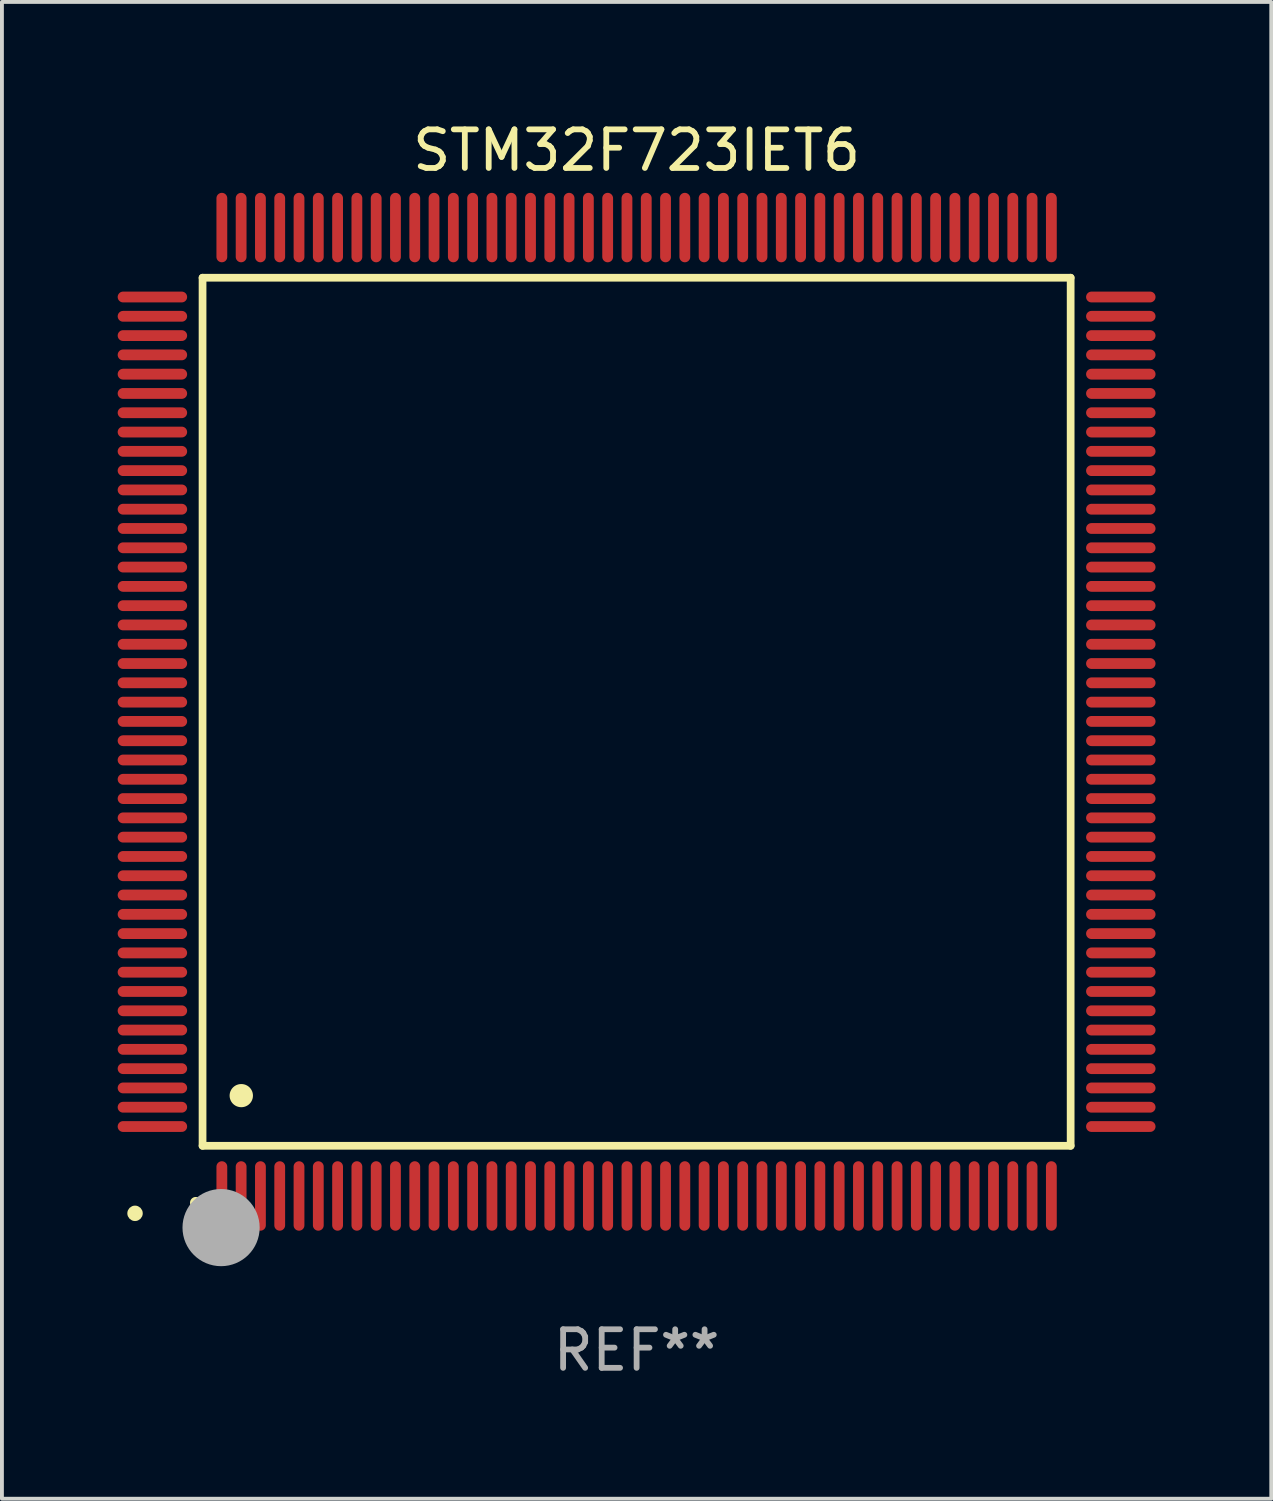
<source format=kicad_pcb>
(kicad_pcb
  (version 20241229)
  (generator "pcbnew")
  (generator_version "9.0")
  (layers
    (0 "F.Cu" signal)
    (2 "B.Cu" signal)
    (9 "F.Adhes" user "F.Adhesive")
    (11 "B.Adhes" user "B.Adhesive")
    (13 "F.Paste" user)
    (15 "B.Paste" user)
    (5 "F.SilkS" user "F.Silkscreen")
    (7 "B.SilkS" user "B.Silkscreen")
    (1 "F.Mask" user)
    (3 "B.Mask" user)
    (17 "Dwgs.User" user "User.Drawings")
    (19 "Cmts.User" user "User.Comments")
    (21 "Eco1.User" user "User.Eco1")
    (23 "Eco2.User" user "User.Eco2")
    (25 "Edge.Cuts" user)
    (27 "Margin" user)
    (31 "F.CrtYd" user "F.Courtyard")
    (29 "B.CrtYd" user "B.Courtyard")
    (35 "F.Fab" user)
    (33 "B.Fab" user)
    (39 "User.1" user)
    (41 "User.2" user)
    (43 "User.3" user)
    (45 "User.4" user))
  (footprint "STM32F723IET6"
    (layer "F.Cu")
    (at 13.45 15.398)
    (property "Reference" "STM32F723IET6" (at 0 -14.55 0) (layer "F.SilkS") (effects (font (size 1 1) (thickness 0.15))))
    (attr through_hole)
    (fp_line (start -11.25 -11.25) (end 11.25 -11.25) (stroke (width 0.2) (type solid)) (layer "F.SilkS"))
    (fp_line (start -11.25 11.25) (end -11.25 -11.25) (stroke (width 0.2) (type solid)) (layer "F.SilkS"))
    (fp_line (start 11.25 -11.25) (end 11.25 11.25) (stroke (width 0.2) (type solid)) (layer "F.SilkS"))
    (fp_line (start 11.25 11.25) (end -11.25 11.25) (stroke (width 0.2) (type solid)) (layer "F.SilkS"))
    (fp_arc (start -11.424943 12.725425) (mid -11.423673 12.72542) (end -11.422403 12.725425) (stroke (width 0.3) (type solid)) (layer "F.SilkS"))
    (fp_arc (start -10.24892 9.9492) (mid -10.24638 9.949189) (end -10.24384 9.9492) (stroke (width 0.6) (type solid)) (layer "F.SilkS"))
    (fp_circle (center -13 13) (end -12.9 13) (stroke (width 0.2) (type solid)) (fill no) (layer "F.SilkS"))
    (fp_circle (center -10.77 13.37) (end -10.27 13.37) (stroke (width 1) (type solid)) (fill no) (layer "F.Fab"))
    (fp_text user "REF**" (at 0 16.55 0) (layer "F.Fab") (effects (font (size 1 1) (thickness 0.15))))
    (pad "1" smd oval (at -10.75 12.55) (size 0.28 1.8) (layers "F.Cu" "F.Mask" "F.Paste"))
    (pad "2" smd oval (at -10.25 12.55) (size 0.28 1.8) (layers "F.Cu" "F.Mask" "F.Paste"))
    (pad "3" smd oval (at -9.75 12.55) (size 0.28 1.8) (layers "F.Cu" "F.Mask" "F.Paste"))
    (pad "4" smd oval (at -9.25 12.55) (size 0.28 1.8) (layers "F.Cu" "F.Mask" "F.Paste"))
    (pad "5" smd oval (at -8.75 12.55) (size 0.28 1.8) (layers "F.Cu" "F.Mask" "F.Paste"))
    (pad "6" smd oval (at -8.25 12.55) (size 0.28 1.8) (layers "F.Cu" "F.Mask" "F.Paste"))
    (pad "7" smd oval (at -7.75 12.55) (size 0.28 1.8) (layers "F.Cu" "F.Mask" "F.Paste"))
    (pad "8" smd oval (at -7.25 12.55) (size 0.28 1.8) (layers "F.Cu" "F.Mask" "F.Paste"))
    (pad "9" smd oval (at -6.75 12.55) (size 0.28 1.8) (layers "F.Cu" "F.Mask" "F.Paste"))
    (pad "10" smd oval (at -6.25 12.55) (size 0.28 1.8) (layers "F.Cu" "F.Mask" "F.Paste"))
    (pad "11" smd oval (at -5.75 12.55) (size 0.28 1.8) (layers "F.Cu" "F.Mask" "F.Paste"))
    (pad "12" smd oval (at -5.25 12.55) (size 0.28 1.8) (layers "F.Cu" "F.Mask" "F.Paste"))
    (pad "13" smd oval (at -4.75 12.55) (size 0.28 1.8) (layers "F.Cu" "F.Mask" "F.Paste"))
    (pad "14" smd oval (at -4.25 12.55) (size 0.28 1.8) (layers "F.Cu" "F.Mask" "F.Paste"))
    (pad "15" smd oval (at -3.75 12.55) (size 0.28 1.8) (layers "F.Cu" "F.Mask" "F.Paste"))
    (pad "16" smd oval (at -3.25 12.55) (size 0.28 1.8) (layers "F.Cu" "F.Mask" "F.Paste"))
    (pad "17" smd oval (at -2.75 12.55) (size 0.28 1.8) (layers "F.Cu" "F.Mask" "F.Paste"))
    (pad "18" smd oval (at -2.25 12.55) (size 0.28 1.8) (layers "F.Cu" "F.Mask" "F.Paste"))
    (pad "19" smd oval (at -1.75 12.55) (size 0.28 1.8) (layers "F.Cu" "F.Mask" "F.Paste"))
    (pad "20" smd oval (at -1.25 12.55) (size 0.28 1.8) (layers "F.Cu" "F.Mask" "F.Paste"))
    (pad "21" smd oval (at -0.75 12.55) (size 0.28 1.8) (layers "F.Cu" "F.Mask" "F.Paste"))
    (pad "22" smd oval (at -0.25 12.55) (size 0.28 1.8) (layers "F.Cu" "F.Mask" "F.Paste"))
    (pad "23" smd oval (at 0.25 12.55) (size 0.28 1.8) (layers "F.Cu" "F.Mask" "F.Paste"))
    (pad "24" smd oval (at 0.75 12.55) (size 0.28 1.8) (layers "F.Cu" "F.Mask" "F.Paste"))
    (pad "25" smd oval (at 1.25 12.55) (size 0.28 1.8) (layers "F.Cu" "F.Mask" "F.Paste"))
    (pad "26" smd oval (at 1.75 12.55) (size 0.28 1.8) (layers "F.Cu" "F.Mask" "F.Paste"))
    (pad "27" smd oval (at 2.25 12.55) (size 0.28 1.8) (layers "F.Cu" "F.Mask" "F.Paste"))
    (pad "28" smd oval (at 2.75 12.55) (size 0.28 1.8) (layers "F.Cu" "F.Mask" "F.Paste"))
    (pad "29" smd oval (at 3.25 12.55) (size 0.28 1.8) (layers "F.Cu" "F.Mask" "F.Paste"))
    (pad "30" smd oval (at 3.75 12.55) (size 0.28 1.8) (layers "F.Cu" "F.Mask" "F.Paste"))
    (pad "31" smd oval (at 4.25 12.55) (size 0.28 1.8) (layers "F.Cu" "F.Mask" "F.Paste"))
    (pad "32" smd oval (at 4.75 12.55) (size 0.28 1.8) (layers "F.Cu" "F.Mask" "F.Paste"))
    (pad "33" smd oval (at 5.25 12.55) (size 0.28 1.8) (layers "F.Cu" "F.Mask" "F.Paste"))
    (pad "34" smd oval (at 5.75 12.55) (size 0.28 1.8) (layers "F.Cu" "F.Mask" "F.Paste"))
    (pad "35" smd oval (at 6.25 12.55) (size 0.28 1.8) (layers "F.Cu" "F.Mask" "F.Paste"))
    (pad "36" smd oval (at 6.75 12.55) (size 0.28 1.8) (layers "F.Cu" "F.Mask" "F.Paste"))
    (pad "37" smd oval (at 7.25 12.55) (size 0.28 1.8) (layers "F.Cu" "F.Mask" "F.Paste"))
    (pad "38" smd oval (at 7.75 12.55) (size 0.28 1.8) (layers "F.Cu" "F.Mask" "F.Paste"))
    (pad "39" smd oval (at 8.25 12.55) (size 0.28 1.8) (layers "F.Cu" "F.Mask" "F.Paste"))
    (pad "40" smd oval (at 8.75 12.55) (size 0.28 1.8) (layers "F.Cu" "F.Mask" "F.Paste"))
    (pad "41" smd oval (at 9.25 12.55) (size 0.28 1.8) (layers "F.Cu" "F.Mask" "F.Paste"))
    (pad "42" smd oval (at 9.75 12.55) (size 0.28 1.8) (layers "F.Cu" "F.Mask" "F.Paste"))
    (pad "43" smd oval (at 10.25 12.55) (size 0.28 1.8) (layers "F.Cu" "F.Mask" "F.Paste"))
    (pad "44" smd oval (at 10.75 12.55) (size 0.28 1.8) (layers "F.Cu" "F.Mask" "F.Paste"))
    (pad "45" smd oval (at 12.55 10.75) (size 1.8 0.28) (layers "F.Cu" "F.Mask" "F.Paste"))
    (pad "46" smd oval (at 12.55 10.25) (size 1.8 0.28) (layers "F.Cu" "F.Mask" "F.Paste"))
    (pad "47" smd oval (at 12.55 9.75) (size 1.8 0.28) (layers "F.Cu" "F.Mask" "F.Paste"))
    (pad "48" smd oval (at 12.55 9.25) (size 1.8 0.28) (layers "F.Cu" "F.Mask" "F.Paste"))
    (pad "49" smd oval (at 12.55 8.75) (size 1.8 0.28) (layers "F.Cu" "F.Mask" "F.Paste"))
    (pad "50" smd oval (at 12.55 8.25) (size 1.8 0.28) (layers "F.Cu" "F.Mask" "F.Paste"))
    (pad "51" smd oval (at 12.55 7.75) (size 1.8 0.28) (layers "F.Cu" "F.Mask" "F.Paste"))
    (pad "52" smd oval (at 12.55 7.25) (size 1.8 0.28) (layers "F.Cu" "F.Mask" "F.Paste"))
    (pad "53" smd oval (at 12.55 6.75) (size 1.8 0.28) (layers "F.Cu" "F.Mask" "F.Paste"))
    (pad "54" smd oval (at 12.55 6.25) (size 1.8 0.28) (layers "F.Cu" "F.Mask" "F.Paste"))
    (pad "55" smd oval (at 12.55 5.75) (size 1.8 0.28) (layers "F.Cu" "F.Mask" "F.Paste"))
    (pad "56" smd oval (at 12.55 5.25) (size 1.8 0.28) (layers "F.Cu" "F.Mask" "F.Paste"))
    (pad "57" smd oval (at 12.55 4.75) (size 1.8 0.28) (layers "F.Cu" "F.Mask" "F.Paste"))
    (pad "58" smd oval (at 12.55 4.25) (size 1.8 0.28) (layers "F.Cu" "F.Mask" "F.Paste"))
    (pad "59" smd oval (at 12.55 3.75) (size 1.8 0.28) (layers "F.Cu" "F.Mask" "F.Paste"))
    (pad "60" smd oval (at 12.55 3.25) (size 1.8 0.28) (layers "F.Cu" "F.Mask" "F.Paste"))
    (pad "61" smd oval (at 12.55 2.75) (size 1.8 0.28) (layers "F.Cu" "F.Mask" "F.Paste"))
    (pad "62" smd oval (at 12.55 2.25) (size 1.8 0.28) (layers "F.Cu" "F.Mask" "F.Paste"))
    (pad "63" smd oval (at 12.55 1.75) (size 1.8 0.28) (layers "F.Cu" "F.Mask" "F.Paste"))
    (pad "64" smd oval (at 12.55 1.25) (size 1.8 0.28) (layers "F.Cu" "F.Mask" "F.Paste"))
    (pad "65" smd oval (at 12.55 0.75) (size 1.8 0.28) (layers "F.Cu" "F.Mask" "F.Paste"))
    (pad "66" smd oval (at 12.55 0.25) (size 1.8 0.28) (layers "F.Cu" "F.Mask" "F.Paste"))
    (pad "67" smd oval (at 12.55 -0.25) (size 1.8 0.28) (layers "F.Cu" "F.Mask" "F.Paste"))
    (pad "68" smd oval (at 12.55 -0.75) (size 1.8 0.28) (layers "F.Cu" "F.Mask" "F.Paste"))
    (pad "69" smd oval (at 12.55 -1.25) (size 1.8 0.28) (layers "F.Cu" "F.Mask" "F.Paste"))
    (pad "70" smd oval (at 12.55 -1.75) (size 1.8 0.28) (layers "F.Cu" "F.Mask" "F.Paste"))
    (pad "71" smd oval (at 12.55 -2.25) (size 1.8 0.28) (layers "F.Cu" "F.Mask" "F.Paste"))
    (pad "72" smd oval (at 12.55 -2.75) (size 1.8 0.28) (layers "F.Cu" "F.Mask" "F.Paste"))
    (pad "73" smd oval (at 12.55 -3.25) (size 1.8 0.28) (layers "F.Cu" "F.Mask" "F.Paste"))
    (pad "74" smd oval (at 12.55 -3.75) (size 1.8 0.28) (layers "F.Cu" "F.Mask" "F.Paste"))
    (pad "75" smd oval (at 12.55 -4.25) (size 1.8 0.28) (layers "F.Cu" "F.Mask" "F.Paste"))
    (pad "76" smd oval (at 12.55 -4.75) (size 1.8 0.28) (layers "F.Cu" "F.Mask" "F.Paste"))
    (pad "77" smd oval (at 12.55 -5.25) (size 1.8 0.28) (layers "F.Cu" "F.Mask" "F.Paste"))
    (pad "78" smd oval (at 12.55 -5.75) (size 1.8 0.28) (layers "F.Cu" "F.Mask" "F.Paste"))
    (pad "79" smd oval (at 12.55 -6.25) (size 1.8 0.28) (layers "F.Cu" "F.Mask" "F.Paste"))
    (pad "80" smd oval (at 12.55 -6.75) (size 1.8 0.28) (layers "F.Cu" "F.Mask" "F.Paste"))
    (pad "81" smd oval (at 12.55 -7.25) (size 1.8 0.28) (layers "F.Cu" "F.Mask" "F.Paste"))
    (pad "82" smd oval (at 12.55 -7.75) (size 1.8 0.28) (layers "F.Cu" "F.Mask" "F.Paste"))
    (pad "83" smd oval (at 12.55 -8.25) (size 1.8 0.28) (layers "F.Cu" "F.Mask" "F.Paste"))
    (pad "84" smd oval (at 12.55 -8.75) (size 1.8 0.28) (layers "F.Cu" "F.Mask" "F.Paste"))
    (pad "85" smd oval (at 12.55 -9.25) (size 1.8 0.28) (layers "F.Cu" "F.Mask" "F.Paste"))
    (pad "86" smd oval (at 12.55 -9.75) (size 1.8 0.28) (layers "F.Cu" "F.Mask" "F.Paste"))
    (pad "87" smd oval (at 12.55 -10.25) (size 1.8 0.28) (layers "F.Cu" "F.Mask" "F.Paste"))
    (pad "88" smd oval (at 12.55 -10.75) (size 1.8 0.28) (layers "F.Cu" "F.Mask" "F.Paste"))
    (pad "89" smd oval (at 10.75 -12.55) (size 0.28 1.8) (layers "F.Cu" "F.Mask" "F.Paste"))
    (pad "90" smd oval (at 10.25 -12.55) (size 0.28 1.8) (layers "F.Cu" "F.Mask" "F.Paste"))
    (pad "91" smd oval (at 9.75 -12.55) (size 0.28 1.8) (layers "F.Cu" "F.Mask" "F.Paste"))
    (pad "92" smd oval (at 9.25 -12.55) (size 0.28 1.8) (layers "F.Cu" "F.Mask" "F.Paste"))
    (pad "93" smd oval (at 8.75 -12.55) (size 0.28 1.8) (layers "F.Cu" "F.Mask" "F.Paste"))
    (pad "94" smd oval (at 8.25 -12.55) (size 0.28 1.8) (layers "F.Cu" "F.Mask" "F.Paste"))
    (pad "95" smd oval (at 7.75 -12.55) (size 0.28 1.8) (layers "F.Cu" "F.Mask" "F.Paste"))
    (pad "96" smd oval (at 7.25 -12.55) (size 0.28 1.8) (layers "F.Cu" "F.Mask" "F.Paste"))
    (pad "97" smd oval (at 6.75 -12.55) (size 0.28 1.8) (layers "F.Cu" "F.Mask" "F.Paste"))
    (pad "98" smd oval (at 6.25 -12.55) (size 0.28 1.8) (layers "F.Cu" "F.Mask" "F.Paste"))
    (pad "99" smd oval (at 5.75 -12.55) (size 0.28 1.8) (layers "F.Cu" "F.Mask" "F.Paste"))
    (pad "100" smd oval (at 5.25 -12.55) (size 0.28 1.8) (layers "F.Cu" "F.Mask" "F.Paste"))
    (pad "101" smd oval (at 4.75 -12.55) (size 0.28 1.8) (layers "F.Cu" "F.Mask" "F.Paste"))
    (pad "102" smd oval (at 4.25 -12.55) (size 0.28 1.8) (layers "F.Cu" "F.Mask" "F.Paste"))
    (pad "103" smd oval (at 3.75 -12.55) (size 0.28 1.8) (layers "F.Cu" "F.Mask" "F.Paste"))
    (pad "104" smd oval (at 3.25 -12.55) (size 0.28 1.8) (layers "F.Cu" "F.Mask" "F.Paste"))
    (pad "105" smd oval (at 2.75 -12.55) (size 0.28 1.8) (layers "F.Cu" "F.Mask" "F.Paste"))
    (pad "106" smd oval (at 2.25 -12.55) (size 0.28 1.8) (layers "F.Cu" "F.Mask" "F.Paste"))
    (pad "107" smd oval (at 1.75 -12.55) (size 0.28 1.8) (layers "F.Cu" "F.Mask" "F.Paste"))
    (pad "108" smd oval (at 1.25 -12.55) (size 0.28 1.8) (layers "F.Cu" "F.Mask" "F.Paste"))
    (pad "109" smd oval (at 0.75 -12.55) (size 0.28 1.8) (layers "F.Cu" "F.Mask" "F.Paste"))
    (pad "110" smd oval (at 0.25 -12.55) (size 0.28 1.8) (layers "F.Cu" "F.Mask" "F.Paste"))
    (pad "111" smd oval (at -0.25 -12.55) (size 0.28 1.8) (layers "F.Cu" "F.Mask" "F.Paste"))
    (pad "112" smd oval (at -0.75 -12.55) (size 0.28 1.8) (layers "F.Cu" "F.Mask" "F.Paste"))
    (pad "113" smd oval (at -1.25 -12.55) (size 0.28 1.8) (layers "F.Cu" "F.Mask" "F.Paste"))
    (pad "114" smd oval (at -1.75 -12.55) (size 0.28 1.8) (layers "F.Cu" "F.Mask" "F.Paste"))
    (pad "115" smd oval (at -2.25 -12.55) (size 0.28 1.8) (layers "F.Cu" "F.Mask" "F.Paste"))
    (pad "116" smd oval (at -2.75 -12.55) (size 0.28 1.8) (layers "F.Cu" "F.Mask" "F.Paste"))
    (pad "117" smd oval (at -3.25 -12.55) (size 0.28 1.8) (layers "F.Cu" "F.Mask" "F.Paste"))
    (pad "118" smd oval (at -3.75 -12.55) (size 0.28 1.8) (layers "F.Cu" "F.Mask" "F.Paste"))
    (pad "119" smd oval (at -4.25 -12.55) (size 0.28 1.8) (layers "F.Cu" "F.Mask" "F.Paste"))
    (pad "120" smd oval (at -4.75 -12.55) (size 0.28 1.8) (layers "F.Cu" "F.Mask" "F.Paste"))
    (pad "121" smd oval (at -5.25 -12.55) (size 0.28 1.8) (layers "F.Cu" "F.Mask" "F.Paste"))
    (pad "122" smd oval (at -5.75 -12.55) (size 0.28 1.8) (layers "F.Cu" "F.Mask" "F.Paste"))
    (pad "123" smd oval (at -6.25 -12.55) (size 0.28 1.8) (layers "F.Cu" "F.Mask" "F.Paste"))
    (pad "124" smd oval (at -6.75 -12.55) (size 0.28 1.8) (layers "F.Cu" "F.Mask" "F.Paste"))
    (pad "125" smd oval (at -7.25 -12.55) (size 0.28 1.8) (layers "F.Cu" "F.Mask" "F.Paste"))
    (pad "126" smd oval (at -7.75 -12.55) (size 0.28 1.8) (layers "F.Cu" "F.Mask" "F.Paste"))
    (pad "127" smd oval (at -8.25 -12.55) (size 0.28 1.8) (layers "F.Cu" "F.Mask" "F.Paste"))
    (pad "128" smd oval (at -8.75 -12.55) (size 0.28 1.8) (layers "F.Cu" "F.Mask" "F.Paste"))
    (pad "129" smd oval (at -9.25 -12.55) (size 0.28 1.8) (layers "F.Cu" "F.Mask" "F.Paste"))
    (pad "130" smd oval (at -9.75 -12.55) (size 0.28 1.8) (layers "F.Cu" "F.Mask" "F.Paste"))
    (pad "131" smd oval (at -10.25 -12.55) (size 0.28 1.8) (layers "F.Cu" "F.Mask" "F.Paste"))
    (pad "132" smd oval (at -10.75 -12.55) (size 0.28 1.8) (layers "F.Cu" "F.Mask" "F.Paste"))
    (pad "133" smd oval (at -12.55 -10.75) (size 1.8 0.28) (layers "F.Cu" "F.Mask" "F.Paste"))
    (pad "134" smd oval (at -12.55 -10.25) (size 1.8 0.28) (layers "F.Cu" "F.Mask" "F.Paste"))
    (pad "135" smd oval (at -12.55 -9.75) (size 1.8 0.28) (layers "F.Cu" "F.Mask" "F.Paste"))
    (pad "136" smd oval (at -12.55 -9.25) (size 1.8 0.28) (layers "F.Cu" "F.Mask" "F.Paste"))
    (pad "137" smd oval (at -12.55 -8.75) (size 1.8 0.28) (layers "F.Cu" "F.Mask" "F.Paste"))
    (pad "138" smd oval (at -12.55 -8.25) (size 1.8 0.28) (layers "F.Cu" "F.Mask" "F.Paste"))
    (pad "139" smd oval (at -12.55 -7.75) (size 1.8 0.28) (layers "F.Cu" "F.Mask" "F.Paste"))
    (pad "140" smd oval (at -12.55 -7.25) (size 1.8 0.28) (layers "F.Cu" "F.Mask" "F.Paste"))
    (pad "141" smd oval (at -12.55 -6.75) (size 1.8 0.28) (layers "F.Cu" "F.Mask" "F.Paste"))
    (pad "142" smd oval (at -12.55 -6.25) (size 1.8 0.28) (layers "F.Cu" "F.Mask" "F.Paste"))
    (pad "143" smd oval (at -12.55 -5.75) (size 1.8 0.28) (layers "F.Cu" "F.Mask" "F.Paste"))
    (pad "144" smd oval (at -12.55 -5.25) (size 1.8 0.28) (layers "F.Cu" "F.Mask" "F.Paste"))
    (pad "145" smd oval (at -12.55 -4.75) (size 1.8 0.28) (layers "F.Cu" "F.Mask" "F.Paste"))
    (pad "146" smd oval (at -12.55 -4.25) (size 1.8 0.28) (layers "F.Cu" "F.Mask" "F.Paste"))
    (pad "147" smd oval (at -12.55 -3.75) (size 1.8 0.28) (layers "F.Cu" "F.Mask" "F.Paste"))
    (pad "148" smd oval (at -12.55 -3.25) (size 1.8 0.28) (layers "F.Cu" "F.Mask" "F.Paste"))
    (pad "149" smd oval (at -12.55 -2.75) (size 1.8 0.28) (layers "F.Cu" "F.Mask" "F.Paste"))
    (pad "150" smd oval (at -12.55 -2.25) (size 1.8 0.28) (layers "F.Cu" "F.Mask" "F.Paste"))
    (pad "151" smd oval (at -12.55 -1.75) (size 1.8 0.28) (layers "F.Cu" "F.Mask" "F.Paste"))
    (pad "152" smd oval (at -12.55 -1.25) (size 1.8 0.28) (layers "F.Cu" "F.Mask" "F.Paste"))
    (pad "153" smd oval (at -12.55 -0.75) (size 1.8 0.28) (layers "F.Cu" "F.Mask" "F.Paste"))
    (pad "154" smd oval (at -12.55 -0.25) (size 1.8 0.28) (layers "F.Cu" "F.Mask" "F.Paste"))
    (pad "155" smd oval (at -12.55 0.25) (size 1.8 0.28) (layers "F.Cu" "F.Mask" "F.Paste"))
    (pad "156" smd oval (at -12.55 0.75) (size 1.8 0.28) (layers "F.Cu" "F.Mask" "F.Paste"))
    (pad "157" smd oval (at -12.55 1.25) (size 1.8 0.28) (layers "F.Cu" "F.Mask" "F.Paste"))
    (pad "158" smd oval (at -12.55 1.75) (size 1.8 0.28) (layers "F.Cu" "F.Mask" "F.Paste"))
    (pad "159" smd oval (at -12.55 2.25) (size 1.8 0.28) (layers "F.Cu" "F.Mask" "F.Paste"))
    (pad "160" smd oval (at -12.55 2.75) (size 1.8 0.28) (layers "F.Cu" "F.Mask" "F.Paste"))
    (pad "161" smd oval (at -12.55 3.25) (size 1.8 0.28) (layers "F.Cu" "F.Mask" "F.Paste"))
    (pad "162" smd oval (at -12.55 3.75) (size 1.8 0.28) (layers "F.Cu" "F.Mask" "F.Paste"))
    (pad "163" smd oval (at -12.55 4.25) (size 1.8 0.28) (layers "F.Cu" "F.Mask" "F.Paste"))
    (pad "164" smd oval (at -12.55 4.75) (size 1.8 0.28) (layers "F.Cu" "F.Mask" "F.Paste"))
    (pad "165" smd oval (at -12.55 5.25) (size 1.8 0.28) (layers "F.Cu" "F.Mask" "F.Paste"))
    (pad "166" smd oval (at -12.55 5.75) (size 1.8 0.28) (layers "F.Cu" "F.Mask" "F.Paste"))
    (pad "167" smd oval (at -12.55 6.25) (size 1.8 0.28) (layers "F.Cu" "F.Mask" "F.Paste"))
    (pad "168" smd oval (at -12.55 6.75) (size 1.8 0.28) (layers "F.Cu" "F.Mask" "F.Paste"))
    (pad "169" smd oval (at -12.55 7.25) (size 1.8 0.28) (layers "F.Cu" "F.Mask" "F.Paste"))
    (pad "170" smd oval (at -12.55 7.75) (size 1.8 0.28) (layers "F.Cu" "F.Mask" "F.Paste"))
    (pad "171" smd oval (at -12.55 8.25) (size 1.8 0.28) (layers "F.Cu" "F.Mask" "F.Paste"))
    (pad "172" smd oval (at -12.55 8.75) (size 1.8 0.28) (layers "F.Cu" "F.Mask" "F.Paste"))
    (pad "173" smd oval (at -12.55 9.25) (size 1.8 0.28) (layers "F.Cu" "F.Mask" "F.Paste"))
    (pad "174" smd oval (at -12.55 9.75) (size 1.8 0.28) (layers "F.Cu" "F.Mask" "F.Paste"))
    (pad "175" smd oval (at -12.55 10.25) (size 1.8 0.28) (layers "F.Cu" "F.Mask" "F.Paste"))
    (pad "176" smd oval (at -12.55 10.75) (size 1.8 0.28) (layers "F.Cu" "F.Mask" "F.Paste")))
  (gr_rect
    (start -3 -3)
    (end 29.9 35.796)
    (stroke (width 0.1) (type default))
    (fill no)
    (layer "Edge.Cuts")))
</source>
